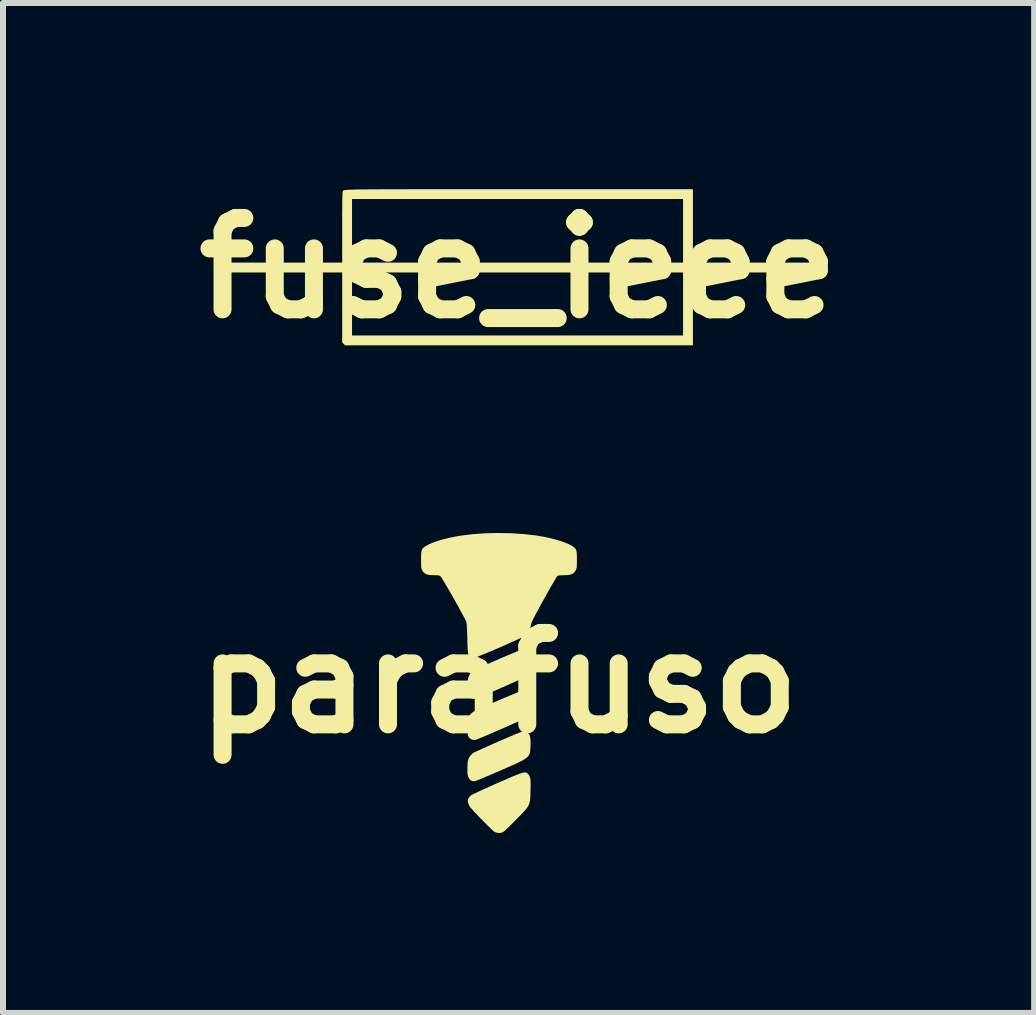
<source format=kicad_pcb>
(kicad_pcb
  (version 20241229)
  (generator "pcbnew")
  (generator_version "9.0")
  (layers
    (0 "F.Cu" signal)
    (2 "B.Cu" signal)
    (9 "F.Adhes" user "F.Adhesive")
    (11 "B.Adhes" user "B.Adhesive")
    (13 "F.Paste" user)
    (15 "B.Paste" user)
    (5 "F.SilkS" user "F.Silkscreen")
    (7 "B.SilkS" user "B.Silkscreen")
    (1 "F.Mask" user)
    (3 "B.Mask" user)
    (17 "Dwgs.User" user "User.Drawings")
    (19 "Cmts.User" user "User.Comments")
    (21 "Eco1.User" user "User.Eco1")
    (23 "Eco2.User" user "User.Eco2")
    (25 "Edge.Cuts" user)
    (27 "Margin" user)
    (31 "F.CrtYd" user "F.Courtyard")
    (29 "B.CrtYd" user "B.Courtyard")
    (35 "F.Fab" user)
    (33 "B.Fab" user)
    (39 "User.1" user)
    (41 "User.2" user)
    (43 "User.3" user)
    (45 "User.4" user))
  (footprint "parafuso"
    (layer "F.Cu")
    (at 5.269 8.337)
    (property "Reference" "parafuso" (at 0 0 0) (layer "F.SilkS") (effects (font (size 1.524 1.524) (thickness 0.3))))
    (attr board_only exclude_from_pos_files exclude_from_bom)
    (fp_poly (pts (xy 0.453 0.126) (xy 0.488 0.149) (xy 0.51 0.18) (xy 0.517 0.207) (xy 0.521 0.248) (xy 0.523 0.298) (xy 0.522 0.352) (xy 0.52 0.405) (xy 0.516 0.451) (xy 0.51 0.486) (xy 0.506 0.498) (xy 0.47 0.552) (xy 0.421 0.594) (xy 0.402 0.605) (xy 0.379 0.616) (xy 0.342 0.633) (xy 0.293 0.655) (xy 0.234 0.681) (xy 0.167 0.711) (xy 0.096 0.742) (xy 0.022 0.774) (xy -0.052 0.806) (xy -0.125 0.838) (xy -0.193 0.867) (xy -0.254 0.893) (xy -0.307 0.915) (xy -0.348 0.932) (xy -0.376 0.944) (xy -0.387 0.947) (xy -0.419 0.949) (xy -0.449 0.944) (xy -0.478 0.928) (xy -0.502 0.905) (xy -0.51 0.893) (xy -0.516 0.878) (xy -0.52 0.857) (xy -0.522 0.828) (xy -0.522 0.785) (xy -0.523 0.739) (xy -0.522 0.683) (xy -0.521 0.642) (xy -0.519 0.613) (xy -0.514 0.591) (xy -0.507 0.573) (xy -0.502 0.562) (xy -0.471 0.516) (xy -0.43 0.481) (xy -0.396 0.461) (xy -0.362 0.445) (xy -0.316 0.424) (xy -0.259 0.399) (xy -0.194 0.37) (xy -0.123 0.339) (xy -0.049 0.307) (xy 0.027 0.275) (xy 0.102 0.243) (xy 0.174 0.213) (xy 0.24 0.185) (xy 0.299 0.161) (xy 0.349 0.141) (xy 0.386 0.127) (xy 0.409 0.119) (xy 0.414 0.117)) (stroke (width 0) (type solid)) (fill yes) (layer "F.SilkS"))
    (fp_poly (pts (xy 0.443 -0.562) (xy 0.467 -0.553) (xy 0.488 -0.54) (xy 0.503 -0.522) (xy 0.513 -0.498) (xy 0.519 -0.464) (xy 0.522 -0.416) (xy 0.523 -0.353) (xy 0.522 -0.298) (xy 0.521 -0.259) (xy 0.519 -0.232) (xy 0.514 -0.211) (xy 0.507 -0.193) (xy 0.498 -0.177) (xy 0.476 -0.144) (xy 0.449 -0.115) (xy 0.44 -0.106) (xy 0.424 -0.097) (xy 0.392 -0.081) (xy 0.346 -0.058) (xy 0.288 -0.031) (xy 0.221 -0.000261) (xy 0.145 0.034) (xy 0.064 0.07) (xy 0.013 0.092) (xy -0.088 0.136) (xy -0.173 0.173) (xy -0.243 0.203) (xy -0.3 0.226) (xy -0.346 0.243) (xy -0.382 0.254) (xy -0.411 0.261) (xy -0.432 0.263) (xy -0.449 0.26) (xy -0.463 0.254) (xy -0.476 0.245) (xy -0.487 0.234) (xy -0.505 0.212) (xy -0.517 0.185) (xy -0.524 0.149) (xy -0.527 0.101) (xy -0.526 0.038) (xy -0.526 0.015) (xy -0.52 -0.052) (xy -0.507 -0.104) (xy -0.487 -0.146) (xy -0.458 -0.181) (xy -0.44 -0.196) (xy -0.422 -0.206) (xy -0.39 -0.223) (xy -0.344 -0.245) (xy -0.288 -0.271) (xy -0.223 -0.301) (xy -0.152 -0.333) (xy -0.077 -0.366) (xy 0.001 -0.4) (xy 0.077 -0.433) (xy 0.151 -0.464) (xy 0.22 -0.493) (xy 0.282 -0.519) (xy 0.334 -0.54) (xy 0.375 -0.556) (xy 0.402 -0.565) (xy 0.411 -0.567)) (stroke (width 0) (type solid)) (fill yes) (layer "F.SilkS"))
    (fp_poly (pts (xy 0.449 0.807) (xy 0.462 0.813) (xy 0.474 0.822) (xy 0.485 0.832) (xy 0.504 0.856) (xy 0.517 0.889) (xy 0.524 0.933) (xy 0.527 0.992) (xy 0.526 1.045) (xy 0.524 1.088) (xy 0.521 1.125) (xy 0.517 1.156) (xy 0.508 1.184) (xy 0.495 1.209) (xy 0.475 1.233) (xy 0.447 1.256) (xy 0.41 1.28) (xy 0.362 1.306) (xy 0.302 1.336) (xy 0.228 1.369) (xy 0.14 1.408) (xy 0.035 1.454) (xy 0.025 1.459) (xy -0.059 1.495) (xy -0.138 1.529) (xy -0.21 1.559) (xy -0.273 1.586) (xy -0.326 1.608) (xy -0.366 1.624) (xy -0.391 1.633) (xy -0.4 1.636) (xy -0.428 1.637) (xy -0.447 1.635) (xy -0.474 1.62) (xy -0.499 1.591) (xy -0.517 1.554) (xy -0.523 1.528) (xy -0.526 1.498) (xy -0.527 1.456) (xy -0.526 1.409) (xy -0.526 1.383) (xy -0.523 1.334) (xy -0.519 1.3) (xy -0.512 1.274) (xy -0.502 1.251) (xy -0.494 1.237) (xy -0.472 1.205) (xy -0.444 1.177) (xy -0.432 1.168) (xy -0.415 1.159) (xy -0.383 1.143) (xy -0.337 1.122) (xy -0.279 1.095) (xy -0.211 1.065) (xy -0.135 1.031) (xy -0.054 0.995) (xy -0.000173 0.972) (xy 0.099 0.929) (xy 0.182 0.893) (xy 0.251 0.864) (xy 0.306 0.841) (xy 0.35 0.824) (xy 0.385 0.813) (xy 0.412 0.807) (xy 0.433 0.805)) (stroke (width 0) (type solid)) (fill yes) (layer "F.SilkS"))
    (fp_poly (pts (xy 0.45 1.493) (xy 0.464 1.499) (xy 0.476 1.508) (xy 0.488 1.52) (xy 0.489 1.522) (xy 0.503 1.54) (xy 0.513 1.561) (xy 0.52 1.587) (xy 0.525 1.623) (xy 0.527 1.669) (xy 0.527 1.73) (xy 0.525 1.804) (xy 0.524 1.867) (xy 0.521 1.92) (xy 0.517 1.963) (xy 0.508 2.001) (xy 0.495 2.036) (xy 0.476 2.07) (xy 0.448 2.106) (xy 0.412 2.148) (xy 0.365 2.197) (xy 0.307 2.256) (xy 0.284 2.28) (xy 0.233 2.331) (xy 0.185 2.378) (xy 0.143 2.419) (xy 0.107 2.452) (xy 0.081 2.476) (xy 0.067 2.487) (xy 0.066 2.487) (xy 0.028 2.499) (xy -0.017 2.499) (xy -0.059 2.49) (xy -0.073 2.483) (xy -0.091 2.469) (xy -0.119 2.444) (xy -0.155 2.409) (xy -0.198 2.367) (xy -0.244 2.32) (xy -0.293 2.271) (xy -0.341 2.222) (xy -0.386 2.174) (xy -0.426 2.131) (xy -0.458 2.095) (xy -0.482 2.068) (xy -0.493 2.052) (xy -0.515 2) (xy -0.52 1.956) (xy -0.508 1.918) (xy -0.478 1.883) (xy -0.464 1.871) (xy -0.448 1.862) (xy -0.417 1.846) (xy -0.371 1.825) (xy -0.314 1.798) (xy -0.246 1.767) (xy -0.171 1.733) (xy -0.089 1.696) (xy -0.028 1.669) (xy 0.076 1.624) (xy 0.163 1.586) (xy 0.235 1.555) (xy 0.294 1.531) (xy 0.342 1.513) (xy 0.38 1.5) (xy 0.409 1.493) (xy 0.432 1.491)) (stroke (width 0) (type solid)) (fill yes) (layer "F.SilkS"))
    (fp_poly (pts (xy 0.196 -2.497) (xy 0.405 -2.484) (xy 0.603 -2.462) (xy 0.635 -2.457) (xy 0.742 -2.439) (xy 0.846 -2.417) (xy 0.945 -2.391) (xy 1.036 -2.364) (xy 1.116 -2.335) (xy 1.182 -2.306) (xy 1.222 -2.283) (xy 1.25 -2.264) (xy 1.27 -2.246) (xy 1.284 -2.224) (xy 1.292 -2.197) (xy 1.297 -2.16) (xy 1.299 -2.109) (xy 1.299 -2.056) (xy 1.299 -1.999) (xy 1.298 -1.957) (xy 1.296 -1.927) (xy 1.291 -1.906) (xy 1.285 -1.889) (xy 1.279 -1.876) (xy 1.255 -1.843) (xy 1.226 -1.82) (xy 1.187 -1.806) (xy 1.135 -1.799) (xy 1.087 -1.798) (xy 1.033 -1.796) (xy 0.995 -1.792) (xy 0.975 -1.786) (xy 0.974 -1.785) (xy 0.965 -1.774) (xy 0.948 -1.747) (xy 0.925 -1.708) (xy 0.896 -1.657) (xy 0.862 -1.599) (xy 0.825 -1.533) (xy 0.786 -1.464) (xy 0.746 -1.392) (xy 0.707 -1.321) (xy 0.669 -1.252) (xy 0.634 -1.187) (xy 0.603 -1.129) (xy 0.577 -1.079) (xy 0.558 -1.041) (xy 0.546 -1.015) (xy 0.544 -1.008) (xy 0.533 -0.97) (xy 0.524 -0.931) (xy 0.523 -0.921) (xy 0.504 -0.866) (xy 0.468 -0.816) (xy 0.44 -0.791) (xy 0.422 -0.78) (xy 0.389 -0.763) (xy 0.342 -0.741) (xy 0.285 -0.714) (xy 0.219 -0.684) (xy 0.147 -0.652) (xy 0.071 -0.618) (xy -0.006 -0.585) (xy -0.083 -0.552) (xy -0.157 -0.52) (xy -0.226 -0.492) (xy -0.287 -0.467) (xy -0.338 -0.447) (xy -0.376 -0.432) (xy -0.401 -0.424) (xy -0.405 -0.424) (xy -0.437 -0.424) (xy -0.463 -0.431) (xy -0.467 -0.432) (xy -0.483 -0.443) (xy -0.496 -0.454) (xy -0.505 -0.468) (xy -0.513 -0.487) (xy -0.518 -0.515) (xy -0.522 -0.553) (xy -0.524 -0.604) (xy -0.527 -0.67) (xy -0.528 -0.742) (xy -0.531 -0.834) (xy -0.534 -0.908) (xy -0.537 -0.963) (xy -0.542 -1.002) (xy -0.546 -1.024) (xy -0.547 -1.025) (xy -0.557 -1.047) (xy -0.575 -1.083) (xy -0.6 -1.13) (xy -0.631 -1.186) (xy -0.665 -1.249) (xy -0.703 -1.317) (xy -0.743 -1.388) (xy -0.782 -1.458) (xy -0.822 -1.527) (xy -0.859 -1.591) (xy -0.893 -1.649) (xy -0.922 -1.698) (xy -0.945 -1.737) (xy -0.961 -1.762) (xy -0.968 -1.771) (xy -0.983 -1.783) (xy -0.997 -1.791) (xy -1.016 -1.795) (xy -1.045 -1.797) (xy -1.089 -1.798) (xy -1.091 -1.798) (xy -1.154 -1.8) (xy -1.202 -1.81) (xy -1.237 -1.827) (xy -1.265 -1.855) (xy -1.279 -1.876) (xy -1.287 -1.892) (xy -1.293 -1.91) (xy -1.296 -1.933) (xy -1.298 -1.965) (xy -1.299 -2.01) (xy -1.299 -2.056) (xy -1.299 -2.12) (xy -1.296 -2.168) (xy -1.291 -2.203) (xy -1.282 -2.229) (xy -1.267 -2.249) (xy -1.245 -2.268) (xy -1.222 -2.283) (xy -1.17 -2.312) (xy -1.101 -2.341) (xy -1.018 -2.37) (xy -0.925 -2.397) (xy -0.825 -2.421) (xy -0.72 -2.443) (xy -0.635 -2.457) (xy -0.439 -2.481) (xy -0.232 -2.496) (xy -0.018 -2.501)) (stroke (width 0) (type solid)) (fill yes) (layer "F.SilkS")))
  (footprint "fuse_ieee"
    (layer "F.Cu")
    (at 5.595 1.418)
    (property "Reference" "fuse_ieee" (at 0 0 0) (layer "F.SilkS") (effects (font (size 1.524 1.524) (thickness 0.3))))
    (attr board_only exclude_from_pos_files exclude_from_bom)
    (fp_poly (pts (xy -0.637 -1.314) (xy -0.402 -1.314) (xy -0.151 -1.314) (xy 0.02 -1.314) (xy 2.907 -1.314) (xy 2.907 -0.09) (xy 4.862 -0.09) (xy 4.862 0.074) (xy 2.907 0.074) (xy 2.907 1.289) (xy -2.892 1.289) (xy -2.94 1.241) (xy -2.94 1.125) (xy -2.776 1.125) (xy 2.743 1.125) (xy 2.743 0.074) (xy -2.776 0.074) (xy -2.776 1.125) (xy -2.94 1.125) (xy -2.94 0.074) (xy -4.894 0.074) (xy -4.894 -0.09) (xy -2.94 -0.09) (xy -2.776 -0.09) (xy 2.743 -0.09) (xy 2.743 -1.15) (xy -2.776 -1.15) (xy -2.776 -0.09) (xy -2.94 -0.09) (xy -2.94 -0.674) (xy -2.94 -0.799) (xy -2.94 -0.908) (xy -2.939 -1.002) (xy -2.939 -1.081) (xy -2.938 -1.146) (xy -2.937 -1.197) (xy -2.935 -1.235) (xy -2.934 -1.26) (xy -2.932 -1.272) (xy -2.931 -1.274) (xy -2.93 -1.277) (xy -2.929 -1.281) (xy -2.928 -1.284) (xy -2.926 -1.287) (xy -2.924 -1.29) (xy -2.919 -1.292) (xy -2.913 -1.294) (xy -2.905 -1.297) (xy -2.893 -1.299) (xy -2.878 -1.301) (xy -2.859 -1.302) (xy -2.835 -1.304) (xy -2.807 -1.305) (xy -2.772 -1.306) (xy -2.732 -1.308) (xy -2.685 -1.309) (xy -2.631 -1.31) (xy -2.57 -1.31) (xy -2.501 -1.311) (xy -2.423 -1.312) (xy -2.336 -1.312) (xy -2.239 -1.313) (xy -2.132 -1.313) (xy -2.015 -1.313) (xy -1.887 -1.313) (xy -1.747 -1.314) (xy -1.595 -1.314) (xy -1.43 -1.314) (xy -1.253 -1.314) (xy -1.062 -1.314) (xy -0.856 -1.314)) (stroke (width 0) (type solid)) (fill yes) (layer "F.SilkS")))
  (gr_rect
    (start -3 -3)
    (end 14.191 13.837)
    (stroke (width 0.1) (type default))
    (fill no)
    (layer "Edge.Cuts")))
</source>
